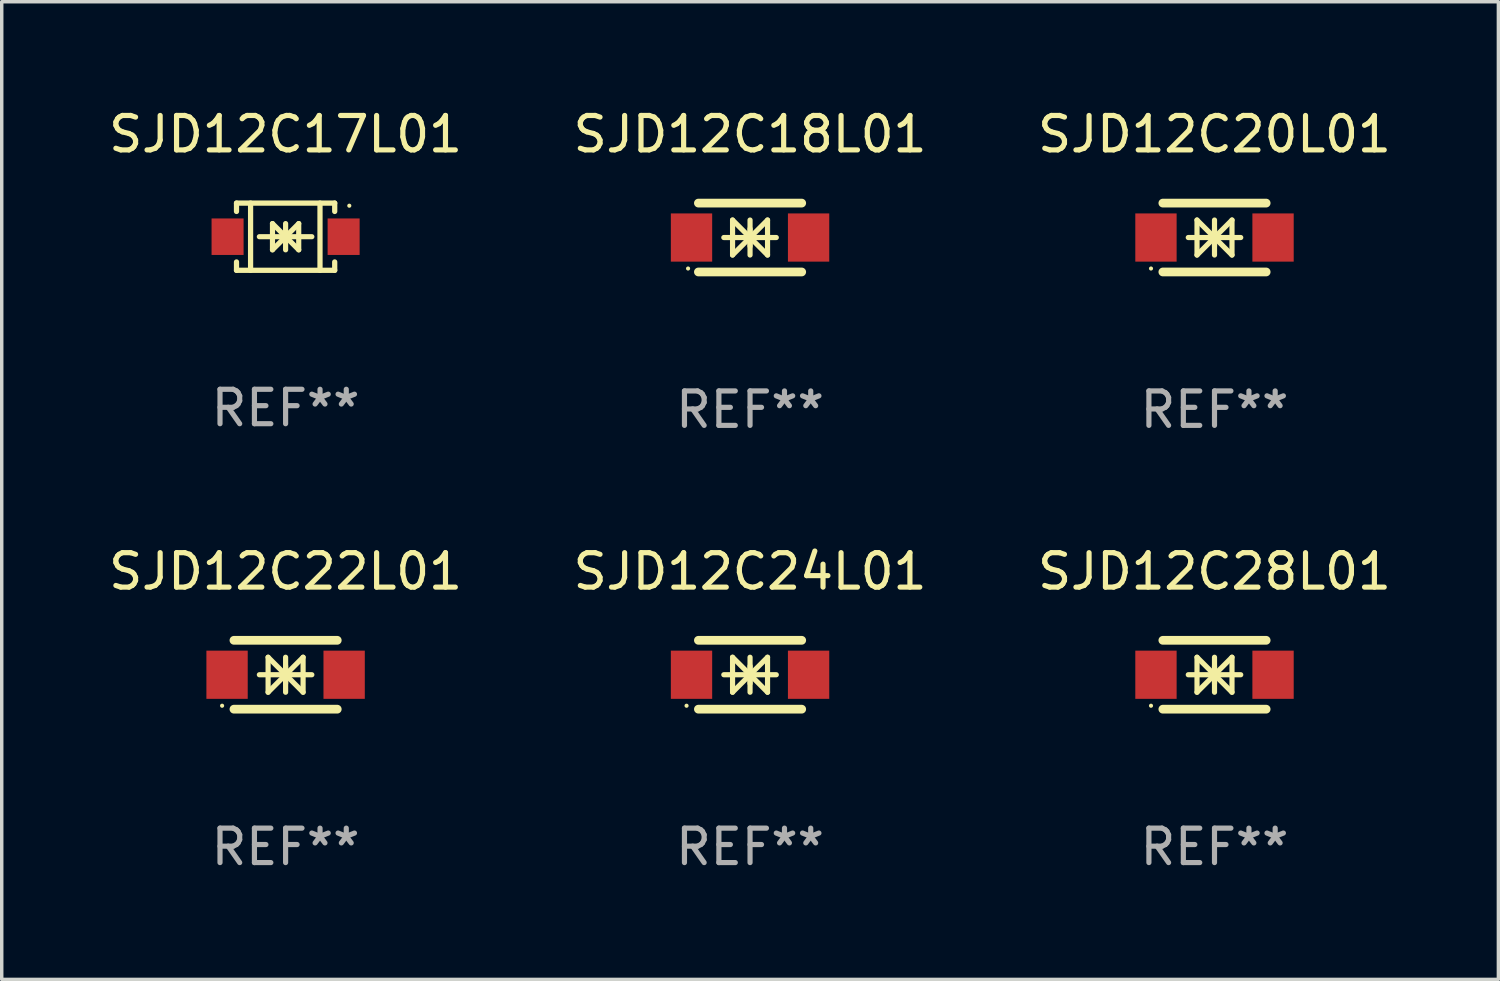
<source format=kicad_pcb>
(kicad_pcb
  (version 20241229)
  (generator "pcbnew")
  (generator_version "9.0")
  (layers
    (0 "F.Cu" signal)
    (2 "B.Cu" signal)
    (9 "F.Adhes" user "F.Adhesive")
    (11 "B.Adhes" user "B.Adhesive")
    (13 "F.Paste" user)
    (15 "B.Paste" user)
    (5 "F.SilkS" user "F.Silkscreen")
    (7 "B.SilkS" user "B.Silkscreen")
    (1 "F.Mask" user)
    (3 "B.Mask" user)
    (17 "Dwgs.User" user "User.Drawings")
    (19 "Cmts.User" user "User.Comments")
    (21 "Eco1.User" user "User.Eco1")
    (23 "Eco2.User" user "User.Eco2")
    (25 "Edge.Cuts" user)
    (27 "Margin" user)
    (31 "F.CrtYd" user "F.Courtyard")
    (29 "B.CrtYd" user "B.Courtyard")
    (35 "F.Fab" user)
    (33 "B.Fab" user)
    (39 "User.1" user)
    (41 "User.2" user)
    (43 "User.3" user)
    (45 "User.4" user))
  (footprint "SJD12C22L01"
    (layer "F.Cu")
    (at 5.244 16.545)
    (property "Reference" "SJD12C22L01" (at 0 -3 0) (layer "F.SilkS") (effects (font (size 1 1) (thickness 0.15))))
    (attr through_hole)
    (fp_line (start -1.5 -1) (end 1.5 -1) (stroke (width 0.254) (type solid)) (layer "F.SilkS"))
    (fp_line (start -1.5 1) (end 1.5 1) (stroke (width 0.254) (type solid)) (layer "F.SilkS"))
    (fp_line (start -0.762 0) (end 0.762 0) (stroke (width 0.15) (type solid)) (layer "F.SilkS"))
    (fp_line (start -0.508 -0.508) (end -0.508 0.508) (stroke (width 0.15) (type solid)) (layer "F.SilkS"))
    (fp_line (start 0 -0.508) (end 0 0.508) (stroke (width 0.15) (type solid)) (layer "F.SilkS"))
    (fp_line (start 0 0) (end -0.508 -0.508) (stroke (width 0.15) (type solid)) (layer "F.SilkS"))
    (fp_line (start 0 0) (end -0.508 0.508) (stroke (width 0.15) (type solid)) (layer "F.SilkS"))
    (fp_line (start 0 0) (end 0.508 -0.508) (stroke (width 0.15) (type solid)) (layer "F.SilkS"))
    (fp_line (start 0 0) (end 0.508 0.508) (stroke (width 0.15) (type solid)) (layer "F.SilkS"))
    (fp_line (start 0 0.254) (end 0 -0.254) (stroke (width 0.15) (type solid)) (layer "F.SilkS"))
    (fp_line (start 0.508 0.508) (end 0.508 -0.508) (stroke (width 0.15) (type solid)) (layer "F.SilkS"))
    (fp_circle (center -1.844 0.9) (end -1.814 0.9) (stroke (width 0.06) (type solid)) (fill no) (layer "F.SilkS"))
    (fp_text user "REF**" (at 0 5 0) (layer "F.Fab") (effects (font (size 1 1) (thickness 0.15))))
    (pad "1" smd rect (at -1.7 0) (size 1.2 1.4) (layers "F.Cu" "F.Mask" "F.Paste"))
    (pad "2" smd rect (at 1.7 0) (size 1.2 1.4) (layers "F.Cu" "F.Mask" "F.Paste")))
  (footprint "SJD12C17L01"
    (layer "F.Cu")
    (at 5.244 3.824)
    (property "Reference" "SJD12C17L01" (at 0 -2.976 0) (layer "F.SilkS") (effects (font (size 1 1) (thickness 0.15))))
    (attr through_hole)
    (fp_line (start -1.426 -0.976) (end -1.426 -0.733) (stroke (width 0.152) (type solid)) (layer "F.SilkS"))
    (fp_line (start -1.426 -0.976) (end 1.426 -0.976) (stroke (width 0.152) (type solid)) (layer "F.SilkS"))
    (fp_line (start -1.426 0.976) (end -1.426 0.733) (stroke (width 0.152) (type solid)) (layer "F.SilkS"))
    (fp_line (start -1.426 0.976) (end 1.426 0.976) (stroke (width 0.152) (type solid)) (layer "F.SilkS"))
    (fp_line (start -1.017 -0.976) (end -1.017 0.976) (stroke (width 0.152) (type solid)) (layer "F.SilkS"))
    (fp_line (start -0.762 0) (end 0.762 0) (stroke (width 0.15) (type solid)) (layer "F.SilkS"))
    (fp_line (start -0.381 -0.381) (end 0 0) (stroke (width 0.15) (type solid)) (layer "F.SilkS"))
    (fp_line (start -0.381 0.381) (end -0.381 -0.381) (stroke (width 0.15) (type solid)) (layer "F.SilkS"))
    (fp_line (start 0 -0.381) (end 0 0.381) (stroke (width 0.15) (type solid)) (layer "F.SilkS"))
    (fp_line (start 0 0) (end -0.381 0.381) (stroke (width 0.15) (type solid)) (layer "F.SilkS"))
    (fp_line (start 0 0) (end 0.381 -0.381) (stroke (width 0.15) (type solid)) (layer "F.SilkS"))
    (fp_line (start 0.381 -0.381) (end 0.381 0.381) (stroke (width 0.15) (type solid)) (layer "F.SilkS"))
    (fp_line (start 0.381 0.381) (end 0 0) (stroke (width 0.15) (type solid)) (layer "F.SilkS"))
    (fp_line (start 0.999 -0.976) (end 0.999 0.976) (stroke (width 0.152) (type solid)) (layer "F.SilkS"))
    (fp_line (start 1.426 -0.976) (end 1.426 -0.733) (stroke (width 0.152) (type solid)) (layer "F.SilkS"))
    (fp_line (start 1.426 0.976) (end 1.426 0.733) (stroke (width 0.152) (type solid)) (layer "F.SilkS"))
    (fp_circle (center 1.85 -0.9) (end 1.88 -0.9) (stroke (width 0.06) (type solid)) (fill no) (layer "F.SilkS"))
    (fp_text user "REF**" (at 0 4.976 0) (layer "F.Fab") (effects (font (size 1 1) (thickness 0.15))))
    (pad "1" smd rect (at 1.685 0 180) (size 0.93 1.06) (layers "F.Cu" "F.Mask" "F.Paste"))
    (pad "2" smd rect (at -1.685 0 180) (size 0.93 1.06) (layers "F.Cu" "F.Mask" "F.Paste")))
  (footprint "SJD12C24L01"
    (layer "F.Cu")
    (at 18.732 16.545)
    (property "Reference" "SJD12C24L01" (at 0 -3 0) (layer "F.SilkS") (effects (font (size 1 1) (thickness 0.15))))
    (attr through_hole)
    (fp_line (start -1.5 -1) (end 1.5 -1) (stroke (width 0.254) (type solid)) (layer "F.SilkS"))
    (fp_line (start -1.5 1) (end 1.5 1) (stroke (width 0.254) (type solid)) (layer "F.SilkS"))
    (fp_line (start -0.762 0) (end 0.762 0) (stroke (width 0.15) (type solid)) (layer "F.SilkS"))
    (fp_line (start -0.508 -0.508) (end -0.508 0.508) (stroke (width 0.15) (type solid)) (layer "F.SilkS"))
    (fp_line (start 0 -0.508) (end 0 0.508) (stroke (width 0.15) (type solid)) (layer "F.SilkS"))
    (fp_line (start 0 0) (end -0.508 -0.508) (stroke (width 0.15) (type solid)) (layer "F.SilkS"))
    (fp_line (start 0 0) (end -0.508 0.508) (stroke (width 0.15) (type solid)) (layer "F.SilkS"))
    (fp_line (start 0 0) (end 0.508 -0.508) (stroke (width 0.15) (type solid)) (layer "F.SilkS"))
    (fp_line (start 0 0) (end 0.508 0.508) (stroke (width 0.15) (type solid)) (layer "F.SilkS"))
    (fp_line (start 0 0.254) (end 0 -0.254) (stroke (width 0.15) (type solid)) (layer "F.SilkS"))
    (fp_line (start 0.508 0.508) (end 0.508 -0.508) (stroke (width 0.15) (type solid)) (layer "F.SilkS"))
    (fp_circle (center -1.844 0.9) (end -1.814 0.9) (stroke (width 0.06) (type solid)) (fill no) (layer "F.SilkS"))
    (fp_text user "REF**" (at 0 5 0) (layer "F.Fab") (effects (font (size 1 1) (thickness 0.15))))
    (pad "1" smd rect (at -1.7 0) (size 1.2 1.4) (layers "F.Cu" "F.Mask" "F.Paste"))
    (pad "2" smd rect (at 1.7 0) (size 1.2 1.4) (layers "F.Cu" "F.Mask" "F.Paste")))
  (footprint "SJD12C20L01"
    (layer "F.Cu")
    (at 32.22 3.848)
    (property "Reference" "SJD12C20L01" (at 0 -3 0) (layer "F.SilkS") (effects (font (size 1 1) (thickness 0.15))))
    (attr through_hole)
    (fp_line (start -1.5 -1) (end 1.5 -1) (stroke (width 0.254) (type solid)) (layer "F.SilkS"))
    (fp_line (start -1.5 1) (end 1.5 1) (stroke (width 0.254) (type solid)) (layer "F.SilkS"))
    (fp_line (start -0.762 0) (end 0.762 0) (stroke (width 0.15) (type solid)) (layer "F.SilkS"))
    (fp_line (start -0.508 -0.508) (end -0.508 0.508) (stroke (width 0.15) (type solid)) (layer "F.SilkS"))
    (fp_line (start 0 -0.508) (end 0 0.508) (stroke (width 0.15) (type solid)) (layer "F.SilkS"))
    (fp_line (start 0 0) (end -0.508 -0.508) (stroke (width 0.15) (type solid)) (layer "F.SilkS"))
    (fp_line (start 0 0) (end -0.508 0.508) (stroke (width 0.15) (type solid)) (layer "F.SilkS"))
    (fp_line (start 0 0) (end 0.508 -0.508) (stroke (width 0.15) (type solid)) (layer "F.SilkS"))
    (fp_line (start 0 0) (end 0.508 0.508) (stroke (width 0.15) (type solid)) (layer "F.SilkS"))
    (fp_line (start 0 0.254) (end 0 -0.254) (stroke (width 0.15) (type solid)) (layer "F.SilkS"))
    (fp_line (start 0.508 0.508) (end 0.508 -0.508) (stroke (width 0.15) (type solid)) (layer "F.SilkS"))
    (fp_circle (center -1.844 0.9) (end -1.814 0.9) (stroke (width 0.06) (type solid)) (fill no) (layer "F.SilkS"))
    (fp_text user "REF**" (at 0 5 0) (layer "F.Fab") (effects (font (size 1 1) (thickness 0.15))))
    (pad "1" smd rect (at -1.7 0) (size 1.2 1.4) (layers "F.Cu" "F.Mask" "F.Paste"))
    (pad "2" smd rect (at 1.7 0) (size 1.2 1.4) (layers "F.Cu" "F.Mask" "F.Paste")))
  (footprint "SJD12C28L01"
    (layer "F.Cu")
    (at 32.22 16.545)
    (property "Reference" "SJD12C28L01" (at 0 -3 0) (layer "F.SilkS") (effects (font (size 1 1) (thickness 0.15))))
    (attr through_hole)
    (fp_line (start -1.5 -1) (end 1.5 -1) (stroke (width 0.254) (type solid)) (layer "F.SilkS"))
    (fp_line (start -1.5 1) (end 1.5 1) (stroke (width 0.254) (type solid)) (layer "F.SilkS"))
    (fp_line (start -0.762 0) (end 0.762 0) (stroke (width 0.15) (type solid)) (layer "F.SilkS"))
    (fp_line (start -0.508 -0.508) (end -0.508 0.508) (stroke (width 0.15) (type solid)) (layer "F.SilkS"))
    (fp_line (start 0 -0.508) (end 0 0.508) (stroke (width 0.15) (type solid)) (layer "F.SilkS"))
    (fp_line (start 0 0) (end -0.508 -0.508) (stroke (width 0.15) (type solid)) (layer "F.SilkS"))
    (fp_line (start 0 0) (end -0.508 0.508) (stroke (width 0.15) (type solid)) (layer "F.SilkS"))
    (fp_line (start 0 0) (end 0.508 -0.508) (stroke (width 0.15) (type solid)) (layer "F.SilkS"))
    (fp_line (start 0 0) (end 0.508 0.508) (stroke (width 0.15) (type solid)) (layer "F.SilkS"))
    (fp_line (start 0 0.254) (end 0 -0.254) (stroke (width 0.15) (type solid)) (layer "F.SilkS"))
    (fp_line (start 0.508 0.508) (end 0.508 -0.508) (stroke (width 0.15) (type solid)) (layer "F.SilkS"))
    (fp_circle (center -1.844 0.9) (end -1.814 0.9) (stroke (width 0.06) (type solid)) (fill no) (layer "F.SilkS"))
    (fp_text user "REF**" (at 0 5 0) (layer "F.Fab") (effects (font (size 1 1) (thickness 0.15))))
    (pad "1" smd rect (at -1.7 0) (size 1.2 1.4) (layers "F.Cu" "F.Mask" "F.Paste"))
    (pad "2" smd rect (at 1.7 0) (size 1.2 1.4) (layers "F.Cu" "F.Mask" "F.Paste")))
  (footprint "SJD12C18L01"
    (layer "F.Cu")
    (at 18.732 3.848)
    (property "Reference" "SJD12C18L01" (at 0 -3 0) (layer "F.SilkS") (effects (font (size 1 1) (thickness 0.15))))
    (attr through_hole)
    (fp_line (start -1.5 -1) (end 1.5 -1) (stroke (width 0.254) (type solid)) (layer "F.SilkS"))
    (fp_line (start -1.5 1) (end 1.5 1) (stroke (width 0.254) (type solid)) (layer "F.SilkS"))
    (fp_line (start -0.762 0) (end 0.762 0) (stroke (width 0.15) (type solid)) (layer "F.SilkS"))
    (fp_line (start -0.508 -0.508) (end -0.508 0.508) (stroke (width 0.15) (type solid)) (layer "F.SilkS"))
    (fp_line (start 0 -0.508) (end 0 0.508) (stroke (width 0.15) (type solid)) (layer "F.SilkS"))
    (fp_line (start 0 0) (end -0.508 -0.508) (stroke (width 0.15) (type solid)) (layer "F.SilkS"))
    (fp_line (start 0 0) (end -0.508 0.508) (stroke (width 0.15) (type solid)) (layer "F.SilkS"))
    (fp_line (start 0 0) (end 0.508 -0.508) (stroke (width 0.15) (type solid)) (layer "F.SilkS"))
    (fp_line (start 0 0) (end 0.508 0.508) (stroke (width 0.15) (type solid)) (layer "F.SilkS"))
    (fp_line (start 0 0.254) (end 0 -0.254) (stroke (width 0.15) (type solid)) (layer "F.SilkS"))
    (fp_line (start 0.508 0.508) (end 0.508 -0.508) (stroke (width 0.15) (type solid)) (layer "F.SilkS"))
    (fp_circle (center -1.8 0.9) (end -1.77 0.9) (stroke (width 0.06) (type solid)) (fill no) (layer "F.SilkS"))
    (fp_text user "REF**" (at 0 5 0) (layer "F.Fab") (effects (font (size 1 1) (thickness 0.15))))
    (pad "1" smd rect (at -1.7 0) (size 1.2 1.4) (layers "F.Cu" "F.Mask" "F.Paste"))
    (pad "2" smd rect (at 1.7 0) (size 1.2 1.4) (layers "F.Cu" "F.Mask" "F.Paste")))
  (gr_rect
    (start -3 -3)
    (end 40.464 25.393)
    (stroke (width 0.1) (type default))
    (fill no)
    (layer "Edge.Cuts")))
</source>
